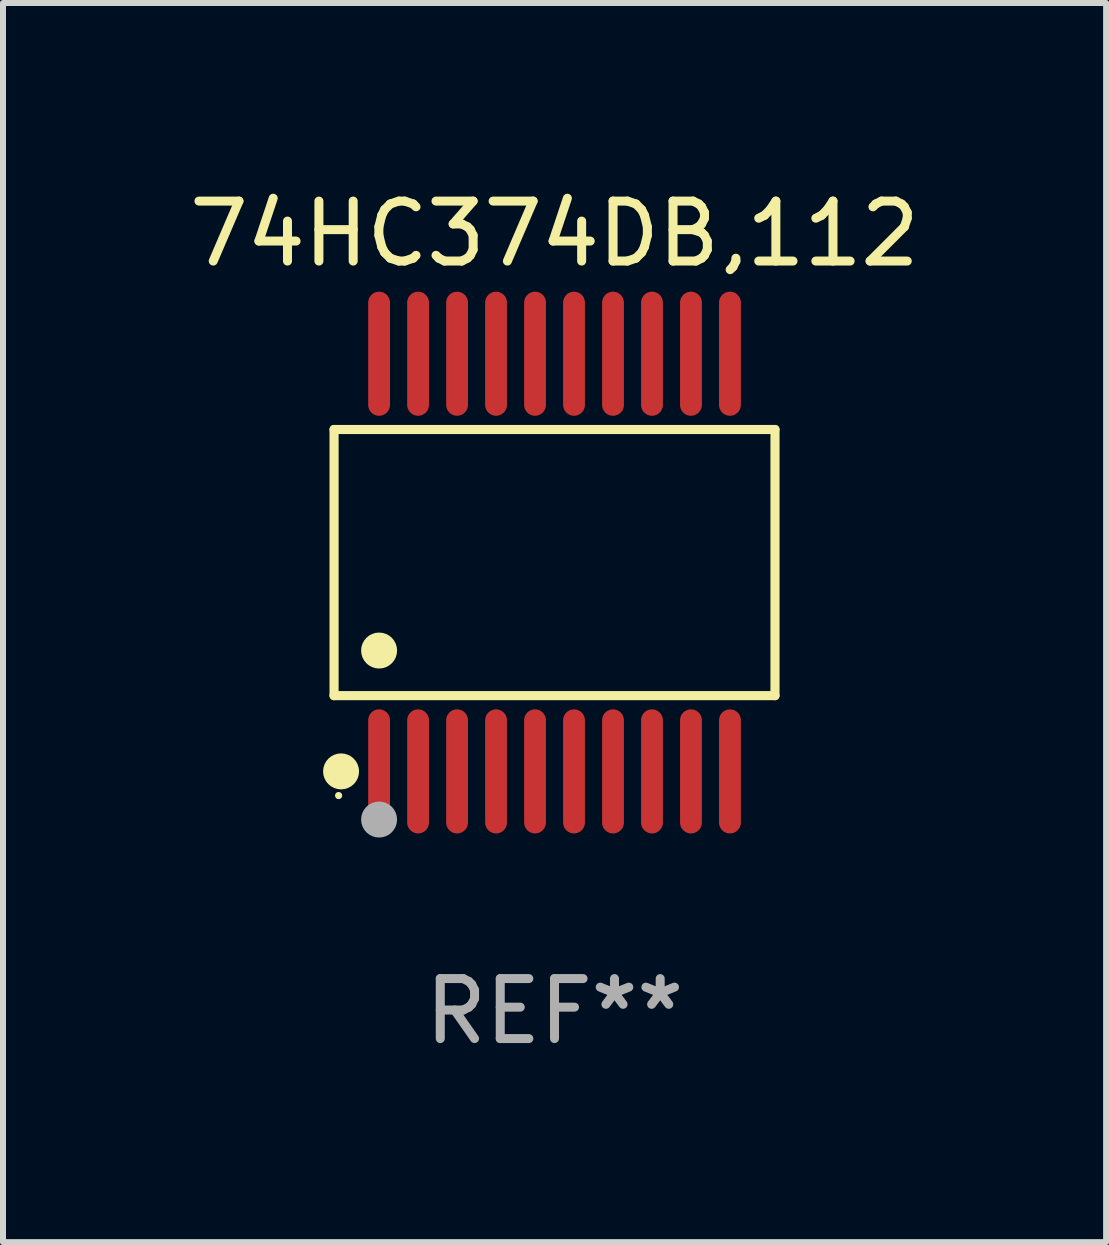
<source format=kicad_pcb>
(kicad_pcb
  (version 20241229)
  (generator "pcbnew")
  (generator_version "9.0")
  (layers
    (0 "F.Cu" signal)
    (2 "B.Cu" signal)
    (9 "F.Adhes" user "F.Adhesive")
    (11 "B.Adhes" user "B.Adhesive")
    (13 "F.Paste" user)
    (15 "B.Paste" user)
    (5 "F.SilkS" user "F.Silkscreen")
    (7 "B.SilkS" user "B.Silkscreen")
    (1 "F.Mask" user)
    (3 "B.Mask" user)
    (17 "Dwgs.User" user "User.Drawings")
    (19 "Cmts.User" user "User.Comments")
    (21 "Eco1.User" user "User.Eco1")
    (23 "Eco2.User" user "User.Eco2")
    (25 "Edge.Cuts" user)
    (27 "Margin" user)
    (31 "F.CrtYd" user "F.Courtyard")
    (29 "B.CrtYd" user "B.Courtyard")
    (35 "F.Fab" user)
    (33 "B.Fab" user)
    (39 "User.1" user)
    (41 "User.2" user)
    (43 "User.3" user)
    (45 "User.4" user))
  (footprint "74HC374DB,112"
    (layer "F.Cu")
    (at 6.196 6.33)
    (property "Reference" "74HC374DB,112" (at 0 -5.482 0) (layer "F.SilkS") (effects (font (size 1 1) (thickness 0.15))))
    (attr through_hole)
    (fp_line (start -3.676 -2.219) (end 3.676 -2.219) (stroke (width 0.152) (type solid)) (layer "F.SilkS"))
    (fp_line (start -3.676 2.219) (end -3.676 -2.219) (stroke (width 0.152) (type solid)) (layer "F.SilkS"))
    (fp_line (start 3.676 -2.219) (end 3.676 2.219) (stroke (width 0.152) (type solid)) (layer "F.SilkS"))
    (fp_line (start 3.676 2.219) (end -3.676 2.219) (stroke (width 0.152) (type solid)) (layer "F.SilkS"))
    (fp_circle (center -3.6 3.885) (end -3.57 3.885) (stroke (width 0.06) (type solid)) (fill no) (layer "F.SilkS"))
    (fp_circle (center -3.559 3.482) (end -3.409 3.482) (stroke (width 0.3) (type solid)) (fill no) (layer "F.SilkS"))
    (fp_circle (center -2.925 1.467) (end -2.775 1.467) (stroke (width 0.3) (type solid)) (fill no) (layer "F.SilkS"))
    (fp_circle (center -2.925 4.285) (end -2.775 4.285) (stroke (width 0.3) (type solid)) (fill no) (layer "F.Fab"))
    (fp_text user "REF**" (at 0 7.482 0) (layer "F.Fab") (effects (font (size 1 1) (thickness 0.15))))
    (pad "1" smd oval (at -2.925 3.482) (size 0.364 2.069) (layers "F.Cu" "F.Mask" "F.Paste"))
    (pad "2" smd oval (at -2.275 3.482) (size 0.364 2.069) (layers "F.Cu" "F.Mask" "F.Paste"))
    (pad "3" smd oval (at -1.625 3.482) (size 0.364 2.069) (layers "F.Cu" "F.Mask" "F.Paste"))
    (pad "4" smd oval (at -0.975 3.482) (size 0.364 2.069) (layers "F.Cu" "F.Mask" "F.Paste"))
    (pad "5" smd oval (at -0.325 3.482) (size 0.364 2.069) (layers "F.Cu" "F.Mask" "F.Paste"))
    (pad "6" smd oval (at 0.325 3.482) (size 0.364 2.069) (layers "F.Cu" "F.Mask" "F.Paste"))
    (pad "7" smd oval (at 0.975 3.482) (size 0.364 2.069) (layers "F.Cu" "F.Mask" "F.Paste"))
    (pad "8" smd oval (at 1.625 3.482) (size 0.364 2.069) (layers "F.Cu" "F.Mask" "F.Paste"))
    (pad "9" smd oval (at 2.275 3.482) (size 0.364 2.069) (layers "F.Cu" "F.Mask" "F.Paste"))
    (pad "10" smd oval (at 2.925 3.482) (size 0.364 2.069) (layers "F.Cu" "F.Mask" "F.Paste"))
    (pad "11" smd oval (at 2.925 -3.482) (size 0.364 2.069) (layers "F.Cu" "F.Mask" "F.Paste"))
    (pad "12" smd oval (at 2.275 -3.482) (size 0.364 2.069) (layers "F.Cu" "F.Mask" "F.Paste"))
    (pad "13" smd oval (at 1.625 -3.482) (size 0.364 2.069) (layers "F.Cu" "F.Mask" "F.Paste"))
    (pad "14" smd oval (at 0.975 -3.482) (size 0.364 2.069) (layers "F.Cu" "F.Mask" "F.Paste"))
    (pad "15" smd oval (at 0.325 -3.482) (size 0.364 2.069) (layers "F.Cu" "F.Mask" "F.Paste"))
    (pad "16" smd oval (at -0.325 -3.482) (size 0.364 2.069) (layers "F.Cu" "F.Mask" "F.Paste"))
    (pad "17" smd oval (at -0.975 -3.482) (size 0.364 2.069) (layers "F.Cu" "F.Mask" "F.Paste"))
    (pad "18" smd oval (at -1.625 -3.482) (size 0.364 2.069) (layers "F.Cu" "F.Mask" "F.Paste"))
    (pad "19" smd oval (at -2.275 -3.482) (size 0.364 2.069) (layers "F.Cu" "F.Mask" "F.Paste"))
    (pad "20" smd oval (at -2.925 -3.482) (size 0.364 2.069) (layers "F.Cu" "F.Mask" "F.Paste")))
  (gr_rect
    (start -3 -3)
    (end 15.393 17.661)
    (stroke (width 0.1) (type default))
    (fill no)
    (layer "Edge.Cuts")))
</source>
